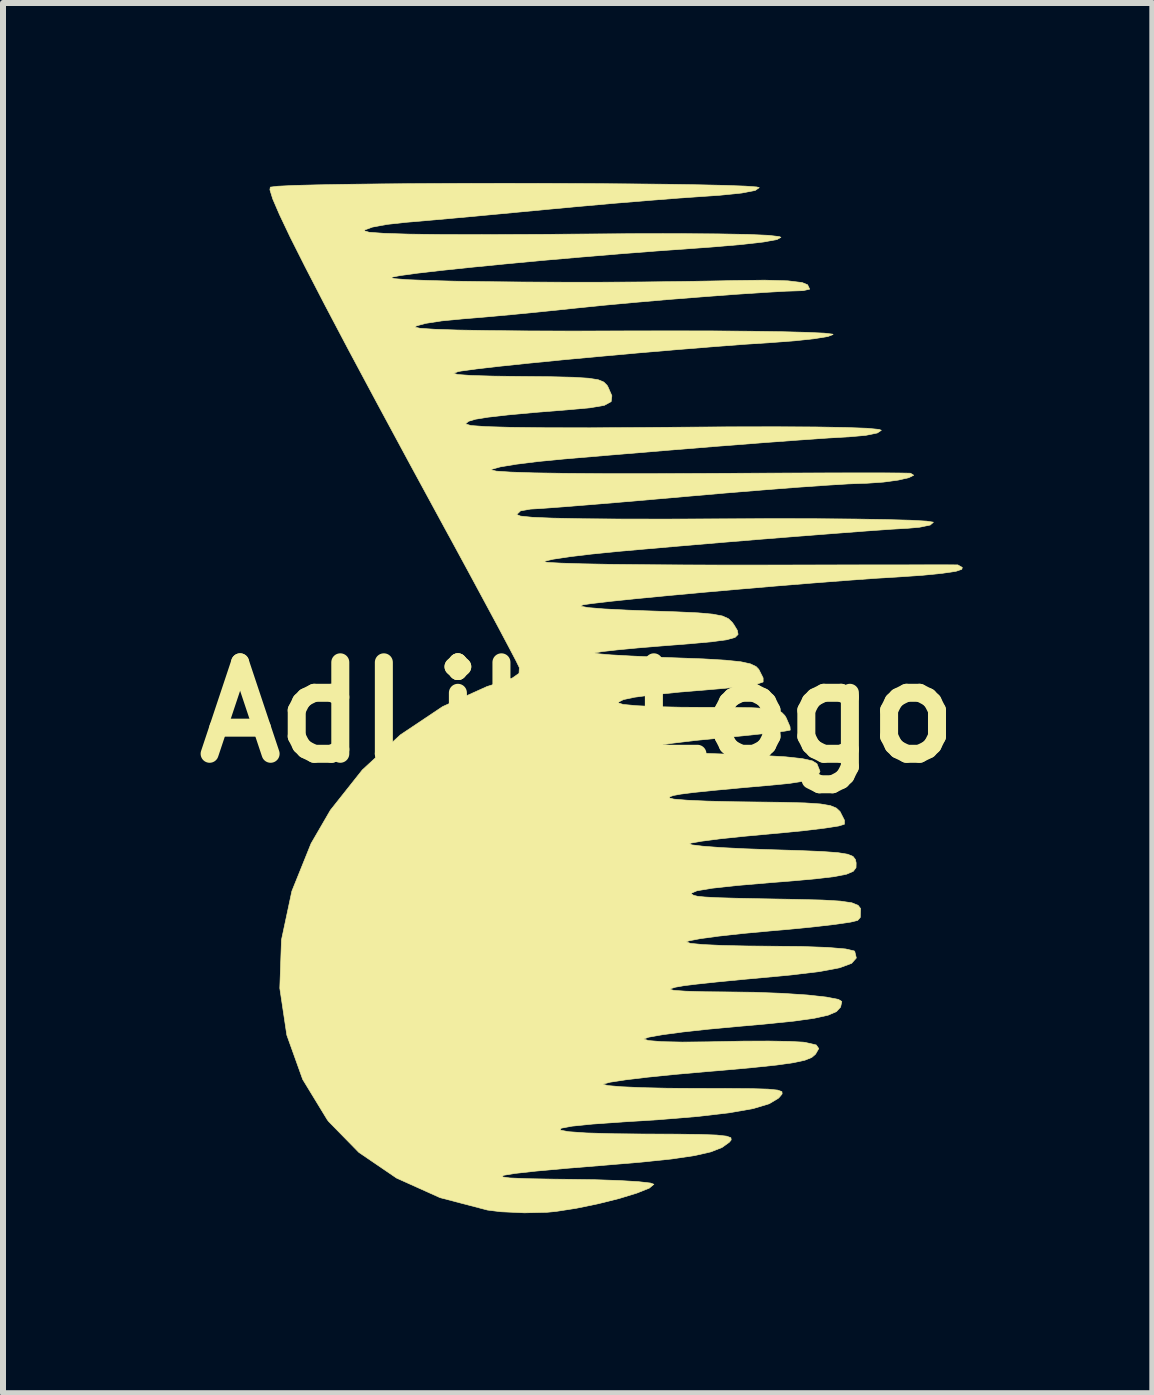
<source format=kicad_pcb>
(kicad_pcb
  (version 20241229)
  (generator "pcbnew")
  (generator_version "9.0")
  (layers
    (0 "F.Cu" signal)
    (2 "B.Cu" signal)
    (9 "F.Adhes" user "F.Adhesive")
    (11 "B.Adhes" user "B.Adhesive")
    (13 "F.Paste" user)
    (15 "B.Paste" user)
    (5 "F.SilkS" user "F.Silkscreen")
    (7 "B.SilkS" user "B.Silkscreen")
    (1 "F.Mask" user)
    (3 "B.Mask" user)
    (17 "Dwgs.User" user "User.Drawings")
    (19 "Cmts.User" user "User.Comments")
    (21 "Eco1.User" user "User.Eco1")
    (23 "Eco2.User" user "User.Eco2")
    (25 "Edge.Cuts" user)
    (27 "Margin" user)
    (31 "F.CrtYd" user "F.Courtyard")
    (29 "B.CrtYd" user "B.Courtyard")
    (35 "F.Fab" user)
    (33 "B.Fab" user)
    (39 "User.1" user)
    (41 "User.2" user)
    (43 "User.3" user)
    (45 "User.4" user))
  (footprint "AdLib_Logo"
    (layer "F.Cu")
    (at 6.575 8.82)
    (property "Reference" "AdLib_Logo" (at 0 0 0) (layer "F.SilkS") (effects (font (size 1.524 1.524) (thickness 0.3))))
    (attr through_hole)
    (fp_poly (pts (xy -0.499 -8.814) (xy 0.205 -8.811) (xy 0.873 -8.806) (xy 1.486 -8.8) (xy 2.024 -8.791) (xy 2.466 -8.781) (xy 2.793 -8.769) (xy 2.984 -8.755) (xy 3.026 -8.744) (xy 2.959 -8.697) (xy 2.735 -8.654) (xy 2.363 -8.616) (xy 2.099 -8.598) (xy 1.695 -8.57) (xy 1.171 -8.529) (xy 0.578 -8.48) (xy -0.035 -8.425) (xy -0.508 -8.381) (xy -1.076 -8.327) (xy -1.64 -8.274) (xy -2.156 -8.227) (xy -2.584 -8.189) (xy -2.857 -8.166) (xy -3.177 -8.131) (xy -3.42 -8.086) (xy -3.547 -8.039) (xy -3.556 -8.024) (xy -3.474 -8) (xy -3.226 -7.982) (xy -2.813 -7.969) (xy -2.233 -7.962) (xy -1.485 -7.961) (xy -0.569 -7.965) (xy -0.106 -7.969) (xy 0.858 -7.976) (xy 1.673 -7.977) (xy 2.333 -7.973) (xy 2.837 -7.964) (xy 3.18 -7.949) (xy 3.36 -7.928) (xy 3.387 -7.916) (xy 3.322 -7.879) (xy 3.098 -7.838) (xy 2.729 -7.796) (xy 2.224 -7.753) (xy 1.905 -7.73) (xy 1.316 -7.688) (xy 0.686 -7.639) (xy 0.039 -7.585) (xy -0.604 -7.529) (xy -1.22 -7.471) (xy -1.786 -7.415) (xy -2.28 -7.363) (xy -2.679 -7.317) (xy -2.96 -7.278) (xy -3.101 -7.251) (xy -3.113 -7.245) (xy -3.051 -7.227) (xy -2.84 -7.21) (xy -2.5 -7.197) (xy -2.053 -7.185) (xy -1.518 -7.177) (xy -0.915 -7.171) (xy -0.265 -7.168) (xy 0.411 -7.168) (xy 1.094 -7.172) (xy 1.763 -7.18) (xy 2.397 -7.191) (xy 2.565 -7.195) (xy 3.113 -7.202) (xy 3.502 -7.191) (xy 3.741 -7.162) (xy 3.831 -7.125) (xy 3.866 -7.052) (xy 3.755 -7.027) (xy 3.721 -7.026) (xy 3.471 -7.018) (xy 3.087 -6.996) (xy 2.605 -6.964) (xy 2.061 -6.923) (xy 1.49 -6.878) (xy 0.927 -6.829) (xy 0.408 -6.781) (xy -0.033 -6.736) (xy -0.042 -6.735) (xy -0.551 -6.682) (xy -1.088 -6.629) (xy -1.585 -6.584) (xy -1.926 -6.556) (xy -2.267 -6.523) (xy -2.532 -6.482) (xy -2.686 -6.44) (xy -2.709 -6.419) (xy -2.627 -6.4) (xy -2.386 -6.384) (xy -2 -6.371) (xy -1.479 -6.362) (xy -0.835 -6.356) (xy -0.08 -6.354) (xy 0.774 -6.356) (xy 0.783 -6.356) (xy 1.557 -6.357) (xy 2.264 -6.356) (xy 2.89 -6.351) (xy 3.417 -6.343) (xy 3.83 -6.332) (xy 4.112 -6.319) (xy 4.247 -6.303) (xy 4.256 -6.297) (xy 4.169 -6.263) (xy 3.947 -6.227) (xy 3.623 -6.192) (xy 3.24 -6.163) (xy 2.778 -6.133) (xy 2.231 -6.091) (xy 1.626 -6.042) (xy 0.991 -5.988) (xy 0.352 -5.93) (xy -0.263 -5.873) (xy -0.826 -5.817) (xy -1.312 -5.766) (xy -1.692 -5.722) (xy -1.94 -5.688) (xy -1.99 -5.679) (xy -2.067 -5.651) (xy -1.999 -5.63) (xy -1.779 -5.614) (xy -1.401 -5.603) (xy -0.955 -5.598) (xy -0.441 -5.593) (xy -0.071 -5.584) (xy 0.182 -5.568) (xy 0.342 -5.543) (xy 0.436 -5.504) (xy 0.49 -5.45) (xy 0.505 -5.424) (xy 0.57 -5.276) (xy 0.558 -5.178) (xy 0.444 -5.116) (xy 0.205 -5.075) (xy -0.106 -5.047) (xy -0.711 -4.998) (xy -1.167 -4.956) (xy -1.491 -4.919) (xy -1.702 -4.885) (xy -1.819 -4.85) (xy -1.862 -4.813) (xy -1.863 -4.805) (xy -1.78 -4.78) (xy -1.533 -4.762) (xy -1.12 -4.75) (xy -0.54 -4.743) (xy 0.207 -4.742) (xy 1.122 -4.747) (xy 1.587 -4.751) (xy 2.519 -4.758) (xy 3.314 -4.759) (xy 3.969 -4.756) (xy 4.475 -4.747) (xy 4.829 -4.734) (xy 5.022 -4.715) (xy 5.06 -4.701) (xy 4.994 -4.656) (xy 4.799 -4.616) (xy 4.514 -4.591) (xy 4.51 -4.591) (xy 4.176 -4.572) (xy 3.69 -4.538) (xy 3.067 -4.492) (xy 2.323 -4.434) (xy 1.474 -4.365) (xy 0.536 -4.287) (xy -0.233 -4.222) (xy -0.662 -4.18) (xy -1.024 -4.135) (xy -1.289 -4.091) (xy -1.427 -4.052) (xy -1.439 -4.04) (xy -1.356 -4.02) (xy -1.114 -4.004) (xy -0.724 -3.991) (xy -0.195 -3.983) (xy 0.462 -3.978) (xy 1.237 -3.978) (xy 2.011 -3.981) (xy 2.761 -3.985) (xy 3.458 -3.988) (xy 4.086 -3.99) (xy 4.624 -3.991) (xy 5.056 -3.991) (xy 5.362 -3.989) (xy 5.525 -3.986) (xy 5.546 -3.985) (xy 5.599 -3.952) (xy 5.518 -3.911) (xy 5.338 -3.87) (xy 5.093 -3.837) (xy 4.819 -3.818) (xy 4.738 -3.816) (xy 4.506 -3.807) (xy 4.134 -3.784) (xy 3.65 -3.75) (xy 3.083 -3.706) (xy 2.461 -3.655) (xy 1.817 -3.599) (xy 1.19 -3.544) (xy 0.609 -3.494) (xy 0.097 -3.452) (xy -0.32 -3.419) (xy -0.62 -3.397) (xy -0.777 -3.388) (xy -0.783 -3.388) (xy -0.952 -3.358) (xy -1.016 -3.296) (xy -0.952 -3.271) (xy -0.754 -3.251) (xy -0.418 -3.237) (xy 0.063 -3.227) (xy 0.695 -3.222) (xy 1.484 -3.221) (xy 2.434 -3.225) (xy 3.248 -3.228) (xy 3.98 -3.227) (xy 4.618 -3.222) (xy 5.145 -3.213) (xy 5.548 -3.202) (xy 5.813 -3.187) (xy 5.924 -3.17) (xy 5.927 -3.168) (xy 5.874 -3.122) (xy 5.696 -3.085) (xy 5.503 -3.068) (xy 5.229 -3.052) (xy 4.816 -3.023) (xy 4.293 -2.983) (xy 3.689 -2.936) (xy 3.034 -2.884) (xy 2.357 -2.828) (xy 1.687 -2.771) (xy 1.054 -2.716) (xy 0.659 -2.681) (xy 0.232 -2.638) (xy -0.134 -2.594) (xy -0.406 -2.553) (xy -0.55 -2.52) (xy -0.564 -2.512) (xy -0.496 -2.499) (xy -0.276 -2.487) (xy 0.078 -2.476) (xy 0.55 -2.467) (xy 1.121 -2.461) (xy 1.775 -2.457) (xy 2.493 -2.455) (xy 2.798 -2.455) (xy 3.547 -2.456) (xy 4.244 -2.457) (xy 4.871 -2.458) (xy 5.411 -2.458) (xy 5.843 -2.459) (xy 6.151 -2.459) (xy 6.314 -2.458) (xy 6.334 -2.458) (xy 6.409 -2.415) (xy 6.4 -2.384) (xy 6.303 -2.351) (xy 6.072 -2.317) (xy 5.741 -2.284) (xy 5.358 -2.258) (xy 4.962 -2.234) (xy 4.465 -2.198) (xy 3.897 -2.154) (xy 3.284 -2.104) (xy 2.653 -2.05) (xy 2.033 -1.995) (xy 1.452 -1.941) (xy 0.936 -1.891) (xy 0.514 -1.847) (xy 0.212 -1.811) (xy 0.085 -1.792) (xy 0.052 -1.769) (xy 0.175 -1.746) (xy 0.441 -1.724) (xy 0.836 -1.704) (xy 1.133 -1.693) (xy 1.639 -1.676) (xy 2.004 -1.659) (xy 2.252 -1.637) (xy 2.413 -1.606) (xy 2.511 -1.562) (xy 2.575 -1.501) (xy 2.603 -1.462) (xy 2.66 -1.368) (xy 2.673 -1.3) (xy 2.622 -1.249) (xy 2.485 -1.211) (xy 2.241 -1.178) (xy 1.869 -1.144) (xy 1.408 -1.108) (xy 0.998 -1.074) (xy 0.652 -1.041) (xy 0.405 -1.013) (xy 0.289 -0.992) (xy 0.284 -0.99) (xy 0.352 -0.976) (xy 0.562 -0.958) (xy 0.885 -0.94) (xy 1.295 -0.921) (xy 1.58 -0.911) (xy 2.093 -0.892) (xy 2.464 -0.87) (xy 2.717 -0.844) (xy 2.878 -0.809) (xy 2.974 -0.763) (xy 3.018 -0.717) (xy 3.09 -0.574) (xy 3.09 -0.507) (xy 2.994 -0.474) (xy 2.77 -0.437) (xy 2.459 -0.402) (xy 2.309 -0.389) (xy 1.707 -0.339) (xy 1.258 -0.294) (xy 0.948 -0.253) (xy 0.761 -0.213) (xy 0.682 -0.172) (xy 0.677 -0.158) (xy 0.757 -0.133) (xy 0.978 -0.112) (xy 1.312 -0.096) (xy 1.729 -0.086) (xy 2.029 -0.085) (xy 2.537 -0.084) (xy 2.901 -0.078) (xy 3.149 -0.065) (xy 3.306 -0.041) (xy 3.398 -0.002) (xy 3.452 0.053) (xy 3.475 0.092) (xy 3.538 0.238) (xy 3.542 0.295) (xy 3.452 0.312) (xy 3.225 0.34) (xy 2.893 0.376) (xy 2.487 0.416) (xy 2.371 0.427) (xy 1.946 0.469) (xy 1.582 0.513) (xy 1.313 0.554) (xy 1.171 0.586) (xy 1.159 0.592) (xy 1.216 0.615) (xy 1.416 0.639) (xy 1.733 0.662) (xy 2.142 0.683) (xy 2.502 0.696) (xy 3.058 0.716) (xy 3.465 0.74) (xy 3.742 0.77) (xy 3.909 0.807) (xy 3.985 0.854) (xy 3.987 0.856) (xy 4.038 0.982) (xy 3.993 1.072) (xy 3.829 1.135) (xy 3.528 1.183) (xy 3.295 1.206) (xy 2.7 1.259) (xy 2.252 1.301) (xy 1.933 1.334) (xy 1.721 1.361) (xy 1.596 1.384) (xy 1.537 1.405) (xy 1.524 1.425) (xy 1.604 1.445) (xy 1.825 1.463) (xy 2.159 1.478) (xy 2.578 1.488) (xy 2.893 1.492) (xy 3.412 1.498) (xy 3.787 1.508) (xy 4.044 1.525) (xy 4.21 1.553) (xy 4.31 1.594) (xy 4.37 1.65) (xy 4.372 1.653) (xy 4.445 1.796) (xy 4.445 1.863) (xy 4.351 1.892) (xy 4.12 1.928) (xy 3.783 1.969) (xy 3.369 2.01) (xy 3.199 2.025) (xy 2.755 2.066) (xy 2.366 2.107) (xy 2.066 2.146) (xy 1.889 2.177) (xy 1.863 2.185) (xy 1.9 2.207) (xy 2.082 2.229) (xy 2.385 2.252) (xy 2.784 2.272) (xy 3.175 2.286) (xy 3.7 2.302) (xy 4.079 2.318) (xy 4.337 2.337) (xy 4.499 2.363) (xy 4.587 2.399) (xy 4.627 2.45) (xy 4.64 2.507) (xy 4.638 2.587) (xy 4.592 2.648) (xy 4.479 2.696) (xy 4.276 2.736) (xy 3.962 2.773) (xy 3.513 2.813) (xy 3.217 2.836) (xy 2.645 2.885) (xy 2.236 2.93) (xy 1.988 2.972) (xy 1.894 3.012) (xy 1.897 3.026) (xy 1.931 3.047) (xy 1.998 3.064) (xy 2.121 3.076) (xy 2.324 3.087) (xy 2.629 3.096) (xy 3.058 3.105) (xy 3.622 3.115) (xy 4.07 3.126) (xy 4.376 3.144) (xy 4.568 3.172) (xy 4.672 3.214) (xy 4.714 3.268) (xy 4.709 3.416) (xy 4.665 3.466) (xy 4.549 3.494) (xy 4.296 3.531) (xy 3.936 3.573) (xy 3.501 3.616) (xy 3.209 3.641) (xy 2.748 3.684) (xy 2.349 3.728) (xy 2.041 3.77) (xy 1.854 3.806) (xy 1.812 3.824) (xy 1.877 3.848) (xy 2.084 3.868) (xy 2.408 3.883) (xy 2.82 3.892) (xy 3.165 3.895) (xy 3.729 3.9) (xy 4.167 3.916) (xy 4.463 3.941) (xy 4.607 3.974) (xy 4.617 3.983) (xy 4.643 4.092) (xy 4.565 4.181) (xy 4.365 4.255) (xy 4.031 4.318) (xy 3.546 4.376) (xy 3.367 4.393) (xy 2.766 4.448) (xy 2.313 4.492) (xy 1.987 4.527) (xy 1.767 4.554) (xy 1.631 4.578) (xy 1.56 4.6) (xy 1.539 4.614) (xy 1.6 4.631) (xy 1.798 4.645) (xy 2.101 4.654) (xy 2.429 4.657) (xy 2.94 4.663) (xy 3.414 4.681) (xy 3.824 4.708) (xy 4.144 4.743) (xy 4.345 4.782) (xy 4.401 4.817) (xy 4.381 4.91) (xy 4.312 4.985) (xy 4.173 5.045) (xy 3.943 5.096) (xy 3.601 5.144) (xy 3.127 5.192) (xy 2.678 5.232) (xy 2.182 5.278) (xy 1.751 5.325) (xy 1.41 5.371) (xy 1.184 5.411) (xy 1.101 5.442) (xy 1.101 5.442) (xy 1.181 5.468) (xy 1.403 5.486) (xy 1.742 5.493) (xy 2.17 5.489) (xy 2.307 5.486) (xy 2.767 5.477) (xy 3.189 5.476) (xy 3.532 5.482) (xy 3.758 5.494) (xy 3.793 5.499) (xy 3.975 5.541) (xy 4.017 5.601) (xy 3.963 5.695) (xy 3.9 5.749) (xy 3.786 5.795) (xy 3.598 5.836) (xy 3.314 5.876) (xy 2.913 5.918) (xy 2.372 5.967) (xy 2.138 5.986) (xy 1.62 6.032) (xy 1.166 6.078) (xy 0.799 6.122) (xy 0.544 6.161) (xy 0.428 6.191) (xy 0.423 6.196) (xy 0.504 6.218) (xy 0.727 6.237) (xy 1.066 6.252) (xy 1.495 6.262) (xy 1.966 6.265) (xy 2.511 6.266) (xy 2.906 6.269) (xy 3.173 6.277) (xy 3.332 6.293) (xy 3.403 6.318) (xy 3.407 6.356) (xy 3.364 6.409) (xy 3.342 6.431) (xy 3.191 6.521) (xy 2.925 6.601) (xy 2.534 6.67) (xy 2.005 6.732) (xy 1.327 6.788) (xy 0.762 6.823) (xy 0.251 6.859) (xy -0.094 6.894) (xy -0.275 6.928) (xy -0.293 6.959) (xy -0.153 6.986) (xy 0.144 7.007) (xy 0.595 7.02) (xy 1.098 7.025) (xy 1.647 7.027) (xy 2.047 7.032) (xy 2.317 7.042) (xy 2.479 7.06) (xy 2.553 7.086) (xy 2.558 7.123) (xy 2.528 7.161) (xy 2.406 7.249) (xy 2.221 7.322) (xy 1.95 7.384) (xy 1.572 7.44) (xy 1.065 7.493) (xy 0.508 7.54) (xy -0.177 7.596) (xy -0.695 7.643) (xy -1.048 7.682) (xy -1.237 7.713) (xy -1.264 7.738) (xy -1.131 7.757) (xy -0.84 7.769) (xy -0.392 7.777) (xy -0.191 7.779) (xy 0.286 7.786) (xy 0.697 7.8) (xy 1.015 7.819) (xy 1.215 7.842) (xy 1.27 7.862) (xy 1.193 7.927) (xy 0.987 8.009) (xy 0.69 8.1) (xy 0.341 8.187) (xy -0.022 8.262) (xy -0.362 8.315) (xy -0.508 8.329) (xy -0.887 8.338) (xy -1.28 8.32) (xy -1.503 8.292) (xy -2.294 8.085) (xy -3.018 7.759) (xy -3.646 7.331) (xy -4.149 6.817) (xy -4.172 6.787) (xy -4.582 6.114) (xy -4.846 5.377) (xy -4.963 4.595) (xy -4.935 3.789) (xy -4.762 2.978) (xy -4.442 2.184) (xy -4.12 1.629) (xy -3.588 0.958) (xy -2.954 0.374) (xy -2.25 -0.097) (xy -1.511 -0.431) (xy -1.341 -0.485) (xy -1.09 -0.572) (xy -0.977 -0.651) (xy -0.972 -0.745) (xy -0.973 -0.749) (xy -1.026 -0.858) (xy -1.15 -1.094) (xy -1.333 -1.439) (xy -1.565 -1.87) (xy -1.833 -2.367) (xy -2.128 -2.911) (xy -2.157 -2.963) (xy -2.791 -4.13) (xy -3.344 -5.155) (xy -3.818 -6.041) (xy -4.215 -6.794) (xy -4.537 -7.417) (xy -4.788 -7.915) (xy -4.968 -8.294) (xy -5.081 -8.556) (xy -5.128 -8.708) (xy -5.121 -8.752) (xy -5 -8.767) (xy -4.734 -8.78) (xy -4.344 -8.79) (xy -3.848 -8.799) (xy -3.268 -8.806) (xy -2.623 -8.811) (xy -1.933 -8.814) (xy -1.218 -8.815) (xy -0.499 -8.814)) (stroke (width 0.01) (type solid)) (fill yes) (layer "F.SilkS")))
  (gr_rect
    (start -3 -3)
    (end 16.15 20.163)
    (stroke (width 0.1) (type default))
    (fill no)
    (layer "Edge.Cuts")))
</source>
